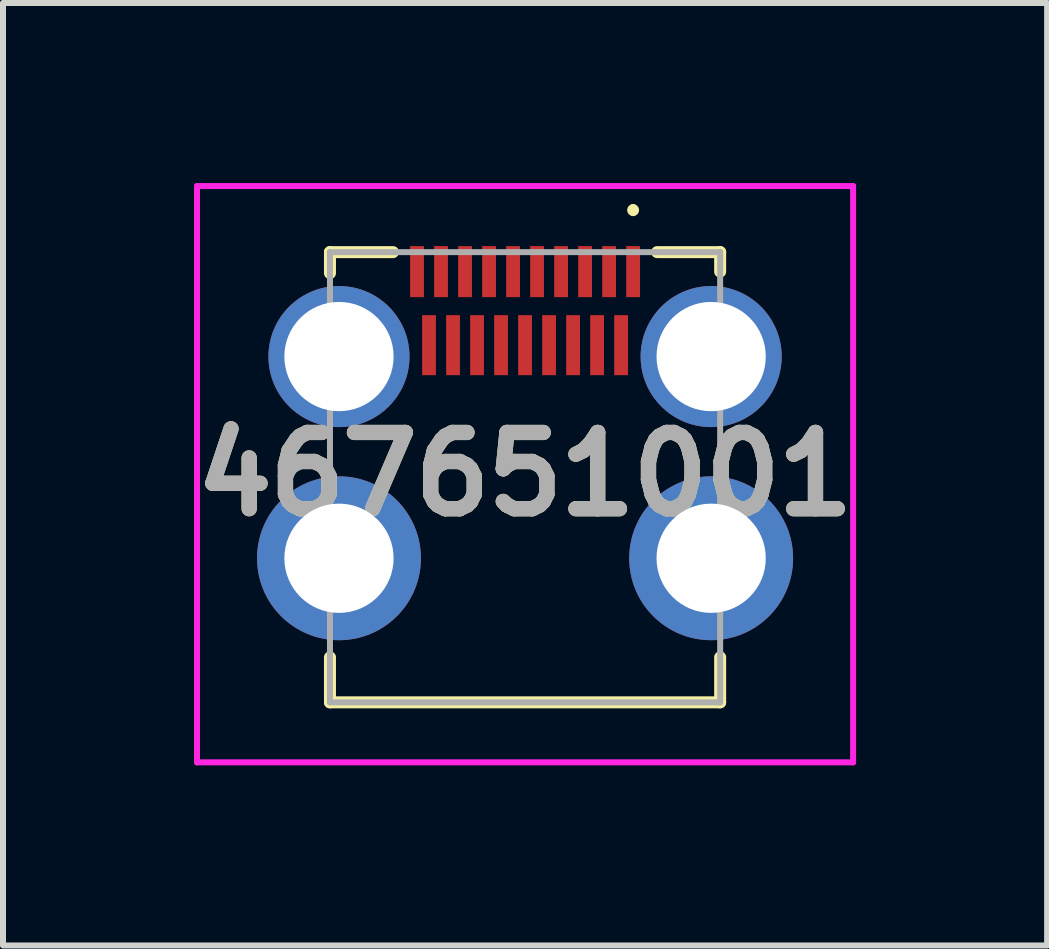
<source format=kicad_pcb>
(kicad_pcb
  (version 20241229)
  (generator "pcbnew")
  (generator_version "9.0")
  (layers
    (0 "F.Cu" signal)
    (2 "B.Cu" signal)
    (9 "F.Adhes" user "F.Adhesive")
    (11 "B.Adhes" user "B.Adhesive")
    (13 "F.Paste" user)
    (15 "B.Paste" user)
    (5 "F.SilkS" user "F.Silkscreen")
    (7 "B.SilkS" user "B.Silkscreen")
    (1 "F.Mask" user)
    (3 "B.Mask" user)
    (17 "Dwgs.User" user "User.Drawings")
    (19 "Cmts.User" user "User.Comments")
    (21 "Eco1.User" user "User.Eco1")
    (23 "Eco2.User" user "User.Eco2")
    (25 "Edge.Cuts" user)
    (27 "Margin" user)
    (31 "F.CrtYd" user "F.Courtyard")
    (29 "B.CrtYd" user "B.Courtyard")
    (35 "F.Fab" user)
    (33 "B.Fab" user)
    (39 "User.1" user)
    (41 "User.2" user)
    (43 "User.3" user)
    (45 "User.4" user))
  (footprint "467651001"
    (layer "F.Cu")
    (at 5.697 4.9)
    (property "Reference" "467651001" (at 0 -0.05 0) (layer "F.SilkS") (effects (font (size 1.27 1.27) (thickness 0.254))))
    (attr through_hole)
    (fp_line (start -3.25 -3.75) (end -3.25 -3.4) (stroke (width 0.2) (type solid)) (layer "F.SilkS"))
    (fp_line (start -3.25 3.75) (end -3.25 3) (stroke (width 0.2) (type solid)) (layer "F.SilkS"))
    (fp_line (start -2.2 -3.75) (end -3.25 -3.75) (stroke (width 0.2) (type solid)) (layer "F.SilkS"))
    (fp_line (start 1.8 -4.5) (end 1.8 -4.5) (stroke (width 0.1) (type solid)) (layer "F.SilkS"))
    (fp_line (start 1.8 -4.4) (end 1.8 -4.4) (stroke (width 0.1) (type solid)) (layer "F.SilkS"))
    (fp_line (start 2.2 -3.75) (end 3.25 -3.75) (stroke (width 0.2) (type solid)) (layer "F.SilkS"))
    (fp_line (start 3.25 -3.75) (end 3.25 -3.425) (stroke (width 0.2) (type solid)) (layer "F.SilkS"))
    (fp_line (start 3.25 3) (end 3.25 3.75) (stroke (width 0.2) (type solid)) (layer "F.SilkS"))
    (fp_line (start 3.25 3.75) (end -3.25 3.75) (stroke (width 0.2) (type solid)) (layer "F.SilkS"))
    (fp_arc (start 1.8 -4.5) (mid 1.85 -4.45) (end 1.8 -4.4) (stroke (width 0.1) (type solid)) (layer "F.SilkS"))
    (fp_arc (start 1.8 -4.4) (mid 1.75 -4.45) (end 1.8 -4.5) (stroke (width 0.1) (type solid)) (layer "F.SilkS"))
    (fp_line (start -5.465 -4.85) (end 5.465 -4.85) (stroke (width 0.1) (type solid)) (layer "F.CrtYd"))
    (fp_line (start -5.465 4.75) (end -5.465 -4.85) (stroke (width 0.1) (type solid)) (layer "F.CrtYd"))
    (fp_line (start 5.465 -4.85) (end 5.465 4.75) (stroke (width 0.1) (type solid)) (layer "F.CrtYd"))
    (fp_line (start 5.465 4.75) (end -5.465 4.75) (stroke (width 0.1) (type solid)) (layer "F.CrtYd"))
    (fp_line (start -3.25 -3.75) (end -3.25 3.75) (stroke (width 0.1) (type solid)) (layer "F.Fab"))
    (fp_line (start -3.25 3.75) (end 3.25 3.75) (stroke (width 0.1) (type solid)) (layer "F.Fab"))
    (fp_line (start 3.25 -3.75) (end -3.25 -3.75) (stroke (width 0.1) (type solid)) (layer "F.Fab"))
    (fp_line (start 3.25 3.75) (end 3.25 -3.75) (stroke (width 0.1) (type solid)) (layer "F.Fab"))
    (fp_text user "${REFERENCE}" (at 0 -0.05 0) (layer "F.Fab") (effects (font (size 1.27 1.27) (thickness 0.254))))
    (pad "1" smd rect (at 1.8 -3.425) (size 0.23 0.85) (layers "F.Cu" "F.Mask" "F.Paste"))
    (pad "2" smd rect (at 1.6 -2.2) (size 0.23 1) (layers "F.Cu" "F.Mask" "F.Paste"))
    (pad "3" smd rect (at 1.4 -3.425) (size 0.23 0.85) (layers "F.Cu" "F.Mask" "F.Paste"))
    (pad "4" smd rect (at 1.2 -2.2) (size 0.23 1) (layers "F.Cu" "F.Mask" "F.Paste"))
    (pad "5" smd rect (at 1 -3.425) (size 0.23 0.85) (layers "F.Cu" "F.Mask" "F.Paste"))
    (pad "6" smd rect (at 0.8 -2.2) (size 0.23 1) (layers "F.Cu" "F.Mask" "F.Paste"))
    (pad "7" smd rect (at 0.6 -3.425) (size 0.23 0.85) (layers "F.Cu" "F.Mask" "F.Paste"))
    (pad "8" smd rect (at 0.4 -2.2) (size 0.23 1) (layers "F.Cu" "F.Mask" "F.Paste"))
    (pad "9" smd rect (at 0.2 -3.425) (size 0.23 0.85) (layers "F.Cu" "F.Mask" "F.Paste"))
    (pad "10" smd rect (at 0 -2.2) (size 0.23 1) (layers "F.Cu" "F.Mask" "F.Paste"))
    (pad "11" smd rect (at -0.2 -3.425) (size 0.23 0.85) (layers "F.Cu" "F.Mask" "F.Paste"))
    (pad "12" smd rect (at -0.4 -2.2) (size 0.23 1) (layers "F.Cu" "F.Mask" "F.Paste"))
    (pad "13" smd rect (at -0.6 -3.425) (size 0.23 0.85) (layers "F.Cu" "F.Mask" "F.Paste"))
    (pad "14" smd rect (at -0.8 -2.2) (size 0.23 1) (layers "F.Cu" "F.Mask" "F.Paste"))
    (pad "15" smd rect (at -1 -3.425) (size 0.23 0.85) (layers "F.Cu" "F.Mask" "F.Paste"))
    (pad "16" smd rect (at -1.2 -2.2) (size 0.23 1) (layers "F.Cu" "F.Mask" "F.Paste"))
    (pad "17" smd rect (at -1.4 -3.425) (size 0.23 0.85) (layers "F.Cu" "F.Mask" "F.Paste"))
    (pad "18" smd rect (at -1.6 -2.2) (size 0.23 1) (layers "F.Cu" "F.Mask" "F.Paste"))
    (pad "19" smd rect (at -1.8 -3.425) (size 0.23 0.85) (layers "F.Cu" "F.Mask" "F.Paste"))
    (pad "MH1" thru_hole circle (at 3.1 -2.01) (size 2.35 2.35) (drill 1.82) (layers "*.Cu" "*.Mask"))
    (pad "MH2" thru_hole circle (at -3.1 -2.01) (size 2.35 2.35) (drill 1.82) (layers "*.Cu" "*.Mask"))
    (pad "MH3" thru_hole circle (at -3.1 1.35) (size 2.73 2.73) (drill 1.82) (layers "*.Cu" "*.Mask"))
    (pad "MH4" thru_hole circle (at 3.1 1.35) (size 2.73 2.73) (drill 1.82) (layers "*.Cu" "*.Mask")))
  (gr_rect
    (start -3 -3)
    (end 14.394 12.7)
    (stroke (width 0.1) (type default))
    (fill no)
    (layer "Edge.Cuts")))
</source>
